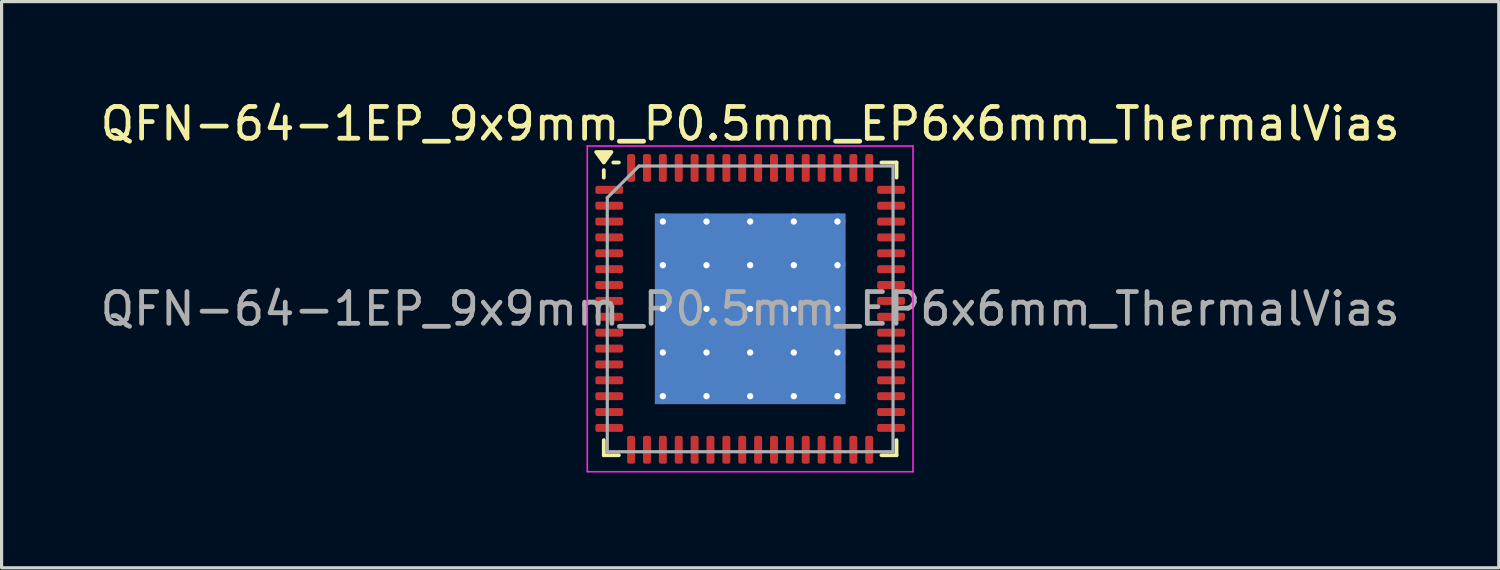
<source format=kicad_pcb>
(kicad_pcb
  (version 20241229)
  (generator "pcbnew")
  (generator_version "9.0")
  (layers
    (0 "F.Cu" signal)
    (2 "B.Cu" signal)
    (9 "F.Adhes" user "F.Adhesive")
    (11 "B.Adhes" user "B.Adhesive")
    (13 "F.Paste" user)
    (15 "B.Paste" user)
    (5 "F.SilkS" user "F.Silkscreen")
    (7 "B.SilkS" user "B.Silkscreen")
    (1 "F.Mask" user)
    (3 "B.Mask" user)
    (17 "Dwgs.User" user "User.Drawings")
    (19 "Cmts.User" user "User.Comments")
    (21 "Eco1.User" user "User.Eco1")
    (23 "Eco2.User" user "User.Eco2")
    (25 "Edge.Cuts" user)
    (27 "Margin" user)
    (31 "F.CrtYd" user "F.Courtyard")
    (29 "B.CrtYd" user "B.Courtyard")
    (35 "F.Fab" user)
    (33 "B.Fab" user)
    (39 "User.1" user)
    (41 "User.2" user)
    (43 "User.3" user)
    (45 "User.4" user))
  (footprint "QFN-64-1EP_9x9mm_P0.5mm_EP6x6mm_ThermalVias"
    (layer "F.Cu")
    (at 20.577 6.678)
    (property "Reference" "QFN-64-1EP_9x9mm_P0.5mm_EP6x6mm_ThermalVias" (at 0 -5.83 0) (layer "F.SilkS") (effects (font (size 1 1) (thickness 0.15))))
    (attr smd)
    (fp_line (start -4.61 -4.135) (end -4.61 -4.37) (stroke (width 0.12) (type solid)) (layer "F.SilkS"))
    (fp_line (start -4.61 4.61) (end -4.61 4.135) (stroke (width 0.12) (type solid)) (layer "F.SilkS"))
    (fp_line (start -4.135 -4.61) (end -4.31 -4.61) (stroke (width 0.12) (type solid)) (layer "F.SilkS"))
    (fp_line (start -4.135 4.61) (end -4.61 4.61) (stroke (width 0.12) (type solid)) (layer "F.SilkS"))
    (fp_line (start 4.135 -4.61) (end 4.61 -4.61) (stroke (width 0.12) (type solid)) (layer "F.SilkS"))
    (fp_line (start 4.135 4.61) (end 4.61 4.61) (stroke (width 0.12) (type solid)) (layer "F.SilkS"))
    (fp_line (start 4.61 -4.61) (end 4.61 -4.135) (stroke (width 0.12) (type solid)) (layer "F.SilkS"))
    (fp_line (start 4.61 4.61) (end 4.61 4.135) (stroke (width 0.12) (type solid)) (layer "F.SilkS"))
    (fp_poly (pts (xy -4.61 -4.61) (xy -4.85 -4.94) (xy -4.37 -4.94) (xy -4.61 -4.61)) (stroke (width 0.12) (type solid)) (fill yes) (layer "F.SilkS"))
    (fp_line (start -5.13 -5.13) (end -5.13 5.13) (stroke (width 0.05) (type solid)) (layer "F.CrtYd"))
    (fp_line (start -5.13 5.13) (end 5.13 5.13) (stroke (width 0.05) (type solid)) (layer "F.CrtYd"))
    (fp_line (start 5.13 -5.13) (end -5.13 -5.13) (stroke (width 0.05) (type solid)) (layer "F.CrtYd"))
    (fp_line (start 5.13 5.13) (end 5.13 -5.13) (stroke (width 0.05) (type solid)) (layer "F.CrtYd"))
    (fp_line (start -4.5 -3.5) (end -3.5 -4.5) (stroke (width 0.1) (type solid)) (layer "F.Fab"))
    (fp_line (start -4.5 4.5) (end -4.5 -3.5) (stroke (width 0.1) (type solid)) (layer "F.Fab"))
    (fp_line (start -3.5 -4.5) (end 4.5 -4.5) (stroke (width 0.1) (type solid)) (layer "F.Fab"))
    (fp_line (start 4.5 -4.5) (end 4.5 4.5) (stroke (width 0.1) (type solid)) (layer "F.Fab"))
    (fp_line (start 4.5 4.5) (end -4.5 4.5) (stroke (width 0.1) (type solid)) (layer "F.Fab"))
    (fp_text user "${REFERENCE}" (at 0 0 0) (layer "F.Fab") (effects (font (size 1 1) (thickness 0.15))))
    (pad "" smd roundrect (at -2.062 -2.062) (size 1.209 1.209) (layers "F.Paste") (roundrect_rratio 0.207))
    (pad "" smd roundrect (at -2.062 -0.688) (size 1.209 1.209) (layers "F.Paste") (roundrect_rratio 0.207))
    (pad "" smd roundrect (at -2.062 0.688) (size 1.209 1.209) (layers "F.Paste") (roundrect_rratio 0.207))
    (pad "" smd roundrect (at -2.062 2.062) (size 1.209 1.209) (layers "F.Paste") (roundrect_rratio 0.207))
    (pad "" smd roundrect (at -0.688 -2.062) (size 1.209 1.209) (layers "F.Paste") (roundrect_rratio 0.207))
    (pad "" smd roundrect (at -0.688 -0.688) (size 1.209 1.209) (layers "F.Paste") (roundrect_rratio 0.207))
    (pad "" smd roundrect (at -0.688 0.688) (size 1.209 1.209) (layers "F.Paste") (roundrect_rratio 0.207))
    (pad "" smd roundrect (at -0.688 2.062) (size 1.209 1.209) (layers "F.Paste") (roundrect_rratio 0.207))
    (pad "" smd roundrect (at 0.688 -2.062) (size 1.209 1.209) (layers "F.Paste") (roundrect_rratio 0.207))
    (pad "" smd roundrect (at 0.688 -0.688) (size 1.209 1.209) (layers "F.Paste") (roundrect_rratio 0.207))
    (pad "" smd roundrect (at 0.688 0.688) (size 1.209 1.209) (layers "F.Paste") (roundrect_rratio 0.207))
    (pad "" smd roundrect (at 0.688 2.062) (size 1.209 1.209) (layers "F.Paste") (roundrect_rratio 0.207))
    (pad "" smd roundrect (at 2.062 -2.062) (size 1.209 1.209) (layers "F.Paste") (roundrect_rratio 0.207))
    (pad "" smd roundrect (at 2.062 -0.688) (size 1.209 1.209) (layers "F.Paste") (roundrect_rratio 0.207))
    (pad "" smd roundrect (at 2.062 0.688) (size 1.209 1.209) (layers "F.Paste") (roundrect_rratio 0.207))
    (pad "" smd roundrect (at 2.062 2.062) (size 1.209 1.209) (layers "F.Paste") (roundrect_rratio 0.207))
    (pad "1" smd roundrect (at -4.438 -3.75) (size 0.875 0.25) (layers "F.Cu" "F.Mask" "F.Paste") (roundrect_rratio 0.25))
    (pad "2" smd roundrect (at -4.438 -3.25) (size 0.875 0.25) (layers "F.Cu" "F.Mask" "F.Paste") (roundrect_rratio 0.25))
    (pad "3" smd roundrect (at -4.438 -2.75) (size 0.875 0.25) (layers "F.Cu" "F.Mask" "F.Paste") (roundrect_rratio 0.25))
    (pad "4" smd roundrect (at -4.438 -2.25) (size 0.875 0.25) (layers "F.Cu" "F.Mask" "F.Paste") (roundrect_rratio 0.25))
    (pad "5" smd roundrect (at -4.438 -1.75) (size 0.875 0.25) (layers "F.Cu" "F.Mask" "F.Paste") (roundrect_rratio 0.25))
    (pad "6" smd roundrect (at -4.438 -1.25) (size 0.875 0.25) (layers "F.Cu" "F.Mask" "F.Paste") (roundrect_rratio 0.25))
    (pad "7" smd roundrect (at -4.438 -0.75) (size 0.875 0.25) (layers "F.Cu" "F.Mask" "F.Paste") (roundrect_rratio 0.25))
    (pad "8" smd roundrect (at -4.438 -0.25) (size 0.875 0.25) (layers "F.Cu" "F.Mask" "F.Paste") (roundrect_rratio 0.25))
    (pad "9" smd roundrect (at -4.438 0.25) (size 0.875 0.25) (layers "F.Cu" "F.Mask" "F.Paste") (roundrect_rratio 0.25))
    (pad "10" smd roundrect (at -4.438 0.75) (size 0.875 0.25) (layers "F.Cu" "F.Mask" "F.Paste") (roundrect_rratio 0.25))
    (pad "11" smd roundrect (at -4.438 1.25) (size 0.875 0.25) (layers "F.Cu" "F.Mask" "F.Paste") (roundrect_rratio 0.25))
    (pad "12" smd roundrect (at -4.438 1.75) (size 0.875 0.25) (layers "F.Cu" "F.Mask" "F.Paste") (roundrect_rratio 0.25))
    (pad "13" smd roundrect (at -4.438 2.25) (size 0.875 0.25) (layers "F.Cu" "F.Mask" "F.Paste") (roundrect_rratio 0.25))
    (pad "14" smd roundrect (at -4.438 2.75) (size 0.875 0.25) (layers "F.Cu" "F.Mask" "F.Paste") (roundrect_rratio 0.25))
    (pad "15" smd roundrect (at -4.438 3.25) (size 0.875 0.25) (layers "F.Cu" "F.Mask" "F.Paste") (roundrect_rratio 0.25))
    (pad "16" smd roundrect (at -4.438 3.75) (size 0.875 0.25) (layers "F.Cu" "F.Mask" "F.Paste") (roundrect_rratio 0.25))
    (pad "17" smd roundrect (at -3.75 4.438) (size 0.25 0.875) (layers "F.Cu" "F.Mask" "F.Paste") (roundrect_rratio 0.25))
    (pad "18" smd roundrect (at -3.25 4.438) (size 0.25 0.875) (layers "F.Cu" "F.Mask" "F.Paste") (roundrect_rratio 0.25))
    (pad "19" smd roundrect (at -2.75 4.438) (size 0.25 0.875) (layers "F.Cu" "F.Mask" "F.Paste") (roundrect_rratio 0.25))
    (pad "20" smd roundrect (at -2.25 4.438) (size 0.25 0.875) (layers "F.Cu" "F.Mask" "F.Paste") (roundrect_rratio 0.25))
    (pad "21" smd roundrect (at -1.75 4.438) (size 0.25 0.875) (layers "F.Cu" "F.Mask" "F.Paste") (roundrect_rratio 0.25))
    (pad "22" smd roundrect (at -1.25 4.438) (size 0.25 0.875) (layers "F.Cu" "F.Mask" "F.Paste") (roundrect_rratio 0.25))
    (pad "23" smd roundrect (at -0.75 4.438) (size 0.25 0.875) (layers "F.Cu" "F.Mask" "F.Paste") (roundrect_rratio 0.25))
    (pad "24" smd roundrect (at -0.25 4.438) (size 0.25 0.875) (layers "F.Cu" "F.Mask" "F.Paste") (roundrect_rratio 0.25))
    (pad "25" smd roundrect (at 0.25 4.438) (size 0.25 0.875) (layers "F.Cu" "F.Mask" "F.Paste") (roundrect_rratio 0.25))
    (pad "26" smd roundrect (at 0.75 4.438) (size 0.25 0.875) (layers "F.Cu" "F.Mask" "F.Paste") (roundrect_rratio 0.25))
    (pad "27" smd roundrect (at 1.25 4.438) (size 0.25 0.875) (layers "F.Cu" "F.Mask" "F.Paste") (roundrect_rratio 0.25))
    (pad "28" smd roundrect (at 1.75 4.438) (size 0.25 0.875) (layers "F.Cu" "F.Mask" "F.Paste") (roundrect_rratio 0.25))
    (pad "29" smd roundrect (at 2.25 4.438) (size 0.25 0.875) (layers "F.Cu" "F.Mask" "F.Paste") (roundrect_rratio 0.25))
    (pad "30" smd roundrect (at 2.75 4.438) (size 0.25 0.875) (layers "F.Cu" "F.Mask" "F.Paste") (roundrect_rratio 0.25))
    (pad "31" smd roundrect (at 3.25 4.438) (size 0.25 0.875) (layers "F.Cu" "F.Mask" "F.Paste") (roundrect_rratio 0.25))
    (pad "32" smd roundrect (at 3.75 4.438) (size 0.25 0.875) (layers "F.Cu" "F.Mask" "F.Paste") (roundrect_rratio 0.25))
    (pad "33" smd roundrect (at 4.438 3.75) (size 0.875 0.25) (layers "F.Cu" "F.Mask" "F.Paste") (roundrect_rratio 0.25))
    (pad "34" smd roundrect (at 4.438 3.25) (size 0.875 0.25) (layers "F.Cu" "F.Mask" "F.Paste") (roundrect_rratio 0.25))
    (pad "35" smd roundrect (at 4.438 2.75) (size 0.875 0.25) (layers "F.Cu" "F.Mask" "F.Paste") (roundrect_rratio 0.25))
    (pad "36" smd roundrect (at 4.438 2.25) (size 0.875 0.25) (layers "F.Cu" "F.Mask" "F.Paste") (roundrect_rratio 0.25))
    (pad "37" smd roundrect (at 4.438 1.75) (size 0.875 0.25) (layers "F.Cu" "F.Mask" "F.Paste") (roundrect_rratio 0.25))
    (pad "38" smd roundrect (at 4.438 1.25) (size 0.875 0.25) (layers "F.Cu" "F.Mask" "F.Paste") (roundrect_rratio 0.25))
    (pad "39" smd roundrect (at 4.438 0.75) (size 0.875 0.25) (layers "F.Cu" "F.Mask" "F.Paste") (roundrect_rratio 0.25))
    (pad "40" smd roundrect (at 4.438 0.25) (size 0.875 0.25) (layers "F.Cu" "F.Mask" "F.Paste") (roundrect_rratio 0.25))
    (pad "41" smd roundrect (at 4.438 -0.25) (size 0.875 0.25) (layers "F.Cu" "F.Mask" "F.Paste") (roundrect_rratio 0.25))
    (pad "42" smd roundrect (at 4.438 -0.75) (size 0.875 0.25) (layers "F.Cu" "F.Mask" "F.Paste") (roundrect_rratio 0.25))
    (pad "43" smd roundrect (at 4.438 -1.25) (size 0.875 0.25) (layers "F.Cu" "F.Mask" "F.Paste") (roundrect_rratio 0.25))
    (pad "44" smd roundrect (at 4.438 -1.75) (size 0.875 0.25) (layers "F.Cu" "F.Mask" "F.Paste") (roundrect_rratio 0.25))
    (pad "45" smd roundrect (at 4.438 -2.25) (size 0.875 0.25) (layers "F.Cu" "F.Mask" "F.Paste") (roundrect_rratio 0.25))
    (pad "46" smd roundrect (at 4.438 -2.75) (size 0.875 0.25) (layers "F.Cu" "F.Mask" "F.Paste") (roundrect_rratio 0.25))
    (pad "47" smd roundrect (at 4.438 -3.25) (size 0.875 0.25) (layers "F.Cu" "F.Mask" "F.Paste") (roundrect_rratio 0.25))
    (pad "48" smd roundrect (at 4.438 -3.75) (size 0.875 0.25) (layers "F.Cu" "F.Mask" "F.Paste") (roundrect_rratio 0.25))
    (pad "49" smd roundrect (at 3.75 -4.438) (size 0.25 0.875) (layers "F.Cu" "F.Mask" "F.Paste") (roundrect_rratio 0.25))
    (pad "50" smd roundrect (at 3.25 -4.438) (size 0.25 0.875) (layers "F.Cu" "F.Mask" "F.Paste") (roundrect_rratio 0.25))
    (pad "51" smd roundrect (at 2.75 -4.438) (size 0.25 0.875) (layers "F.Cu" "F.Mask" "F.Paste") (roundrect_rratio 0.25))
    (pad "52" smd roundrect (at 2.25 -4.438) (size 0.25 0.875) (layers "F.Cu" "F.Mask" "F.Paste") (roundrect_rratio 0.25))
    (pad "53" smd roundrect (at 1.75 -4.438) (size 0.25 0.875) (layers "F.Cu" "F.Mask" "F.Paste") (roundrect_rratio 0.25))
    (pad "54" smd roundrect (at 1.25 -4.438) (size 0.25 0.875) (layers "F.Cu" "F.Mask" "F.Paste") (roundrect_rratio 0.25))
    (pad "55" smd roundrect (at 0.75 -4.438) (size 0.25 0.875) (layers "F.Cu" "F.Mask" "F.Paste") (roundrect_rratio 0.25))
    (pad "56" smd roundrect (at 0.25 -4.438) (size 0.25 0.875) (layers "F.Cu" "F.Mask" "F.Paste") (roundrect_rratio 0.25))
    (pad "57" smd roundrect (at -0.25 -4.438) (size 0.25 0.875) (layers "F.Cu" "F.Mask" "F.Paste") (roundrect_rratio 0.25))
    (pad "58" smd roundrect (at -0.75 -4.438) (size 0.25 0.875) (layers "F.Cu" "F.Mask" "F.Paste") (roundrect_rratio 0.25))
    (pad "59" smd roundrect (at -1.25 -4.438) (size 0.25 0.875) (layers "F.Cu" "F.Mask" "F.Paste") (roundrect_rratio 0.25))
    (pad "60" smd roundrect (at -1.75 -4.438) (size 0.25 0.875) (layers "F.Cu" "F.Mask" "F.Paste") (roundrect_rratio 0.25))
    (pad "61" smd roundrect (at -2.25 -4.438) (size 0.25 0.875) (layers "F.Cu" "F.Mask" "F.Paste") (roundrect_rratio 0.25))
    (pad "62" smd roundrect (at -2.75 -4.438) (size 0.25 0.875) (layers "F.Cu" "F.Mask" "F.Paste") (roundrect_rratio 0.25))
    (pad "63" smd roundrect (at -3.25 -4.438) (size 0.25 0.875) (layers "F.Cu" "F.Mask" "F.Paste") (roundrect_rratio 0.25))
    (pad "64" smd roundrect (at -3.75 -4.438) (size 0.25 0.875) (layers "F.Cu" "F.Mask" "F.Paste") (roundrect_rratio 0.25))
    (pad "65" thru_hole circle (at -2.75 -2.75) (size 0.5 0.5) (drill 0.2) (property pad_prop_heatsink) (layers "*.Cu"))
    (pad "65" thru_hole circle (at -2.75 -1.375) (size 0.5 0.5) (drill 0.2) (property pad_prop_heatsink) (layers "*.Cu"))
    (pad "65" thru_hole circle (at -2.75 0) (size 0.5 0.5) (drill 0.2) (property pad_prop_heatsink) (layers "*.Cu"))
    (pad "65" thru_hole circle (at -2.75 1.375) (size 0.5 0.5) (drill 0.2) (property pad_prop_heatsink) (layers "*.Cu"))
    (pad "65" thru_hole circle (at -2.75 2.75) (size 0.5 0.5) (drill 0.2) (property pad_prop_heatsink) (layers "*.Cu"))
    (pad "65" thru_hole circle (at -1.375 -2.75) (size 0.5 0.5) (drill 0.2) (property pad_prop_heatsink) (layers "*.Cu"))
    (pad "65" thru_hole circle (at -1.375 -1.375) (size 0.5 0.5) (drill 0.2) (property pad_prop_heatsink) (layers "*.Cu"))
    (pad "65" thru_hole circle (at -1.375 0) (size 0.5 0.5) (drill 0.2) (property pad_prop_heatsink) (layers "*.Cu"))
    (pad "65" thru_hole circle (at -1.375 1.375) (size 0.5 0.5) (drill 0.2) (property pad_prop_heatsink) (layers "*.Cu"))
    (pad "65" thru_hole circle (at -1.375 2.75) (size 0.5 0.5) (drill 0.2) (property pad_prop_heatsink) (layers "*.Cu"))
    (pad "65" thru_hole circle (at 0 -2.75) (size 0.5 0.5) (drill 0.2) (property pad_prop_heatsink) (layers "*.Cu"))
    (pad "65" thru_hole circle (at 0 -1.375) (size 0.5 0.5) (drill 0.2) (property pad_prop_heatsink) (layers "*.Cu"))
    (pad "65" thru_hole circle (at 0 0) (size 0.5 0.5) (drill 0.2) (property pad_prop_heatsink) (layers "*.Cu"))
    (pad "65" smd rect (at 0 0) (size 6 6) (property pad_prop_heatsink) (layers "F.Cu" "F.Mask"))
    (pad "65" smd rect (at 0 0) (size 6 6) (property pad_prop_heatsink) (layers "B.Cu"))
    (pad "65" thru_hole circle (at 0 1.375) (size 0.5 0.5) (drill 0.2) (property pad_prop_heatsink) (layers "*.Cu"))
    (pad "65" thru_hole circle (at 0 2.75) (size 0.5 0.5) (drill 0.2) (property pad_prop_heatsink) (layers "*.Cu"))
    (pad "65" thru_hole circle (at 1.375 -2.75) (size 0.5 0.5) (drill 0.2) (property pad_prop_heatsink) (layers "*.Cu"))
    (pad "65" thru_hole circle (at 1.375 -1.375) (size 0.5 0.5) (drill 0.2) (property pad_prop_heatsink) (layers "*.Cu"))
    (pad "65" thru_hole circle (at 1.375 0) (size 0.5 0.5) (drill 0.2) (property pad_prop_heatsink) (layers "*.Cu"))
    (pad "65" thru_hole circle (at 1.375 1.375) (size 0.5 0.5) (drill 0.2) (property pad_prop_heatsink) (layers "*.Cu"))
    (pad "65" thru_hole circle (at 1.375 2.75) (size 0.5 0.5) (drill 0.2) (property pad_prop_heatsink) (layers "*.Cu"))
    (pad "65" thru_hole circle (at 2.75 -2.75) (size 0.5 0.5) (drill 0.2) (property pad_prop_heatsink) (layers "*.Cu"))
    (pad "65" thru_hole circle (at 2.75 -1.375) (size 0.5 0.5) (drill 0.2) (property pad_prop_heatsink) (layers "*.Cu"))
    (pad "65" thru_hole circle (at 2.75 0) (size 0.5 0.5) (drill 0.2) (property pad_prop_heatsink) (layers "*.Cu"))
    (pad "65" thru_hole circle (at 2.75 1.375) (size 0.5 0.5) (drill 0.2) (property pad_prop_heatsink) (layers "*.Cu"))
    (pad "65" thru_hole circle (at 2.75 2.75) (size 0.5 0.5) (drill 0.2) (property pad_prop_heatsink) (layers "*.Cu")))
  (gr_rect
    (start -3 -3)
    (end 44.155 14.833)
    (stroke (width 0.1) (type default))
    (fill no)
    (layer "Edge.Cuts")))
</source>
